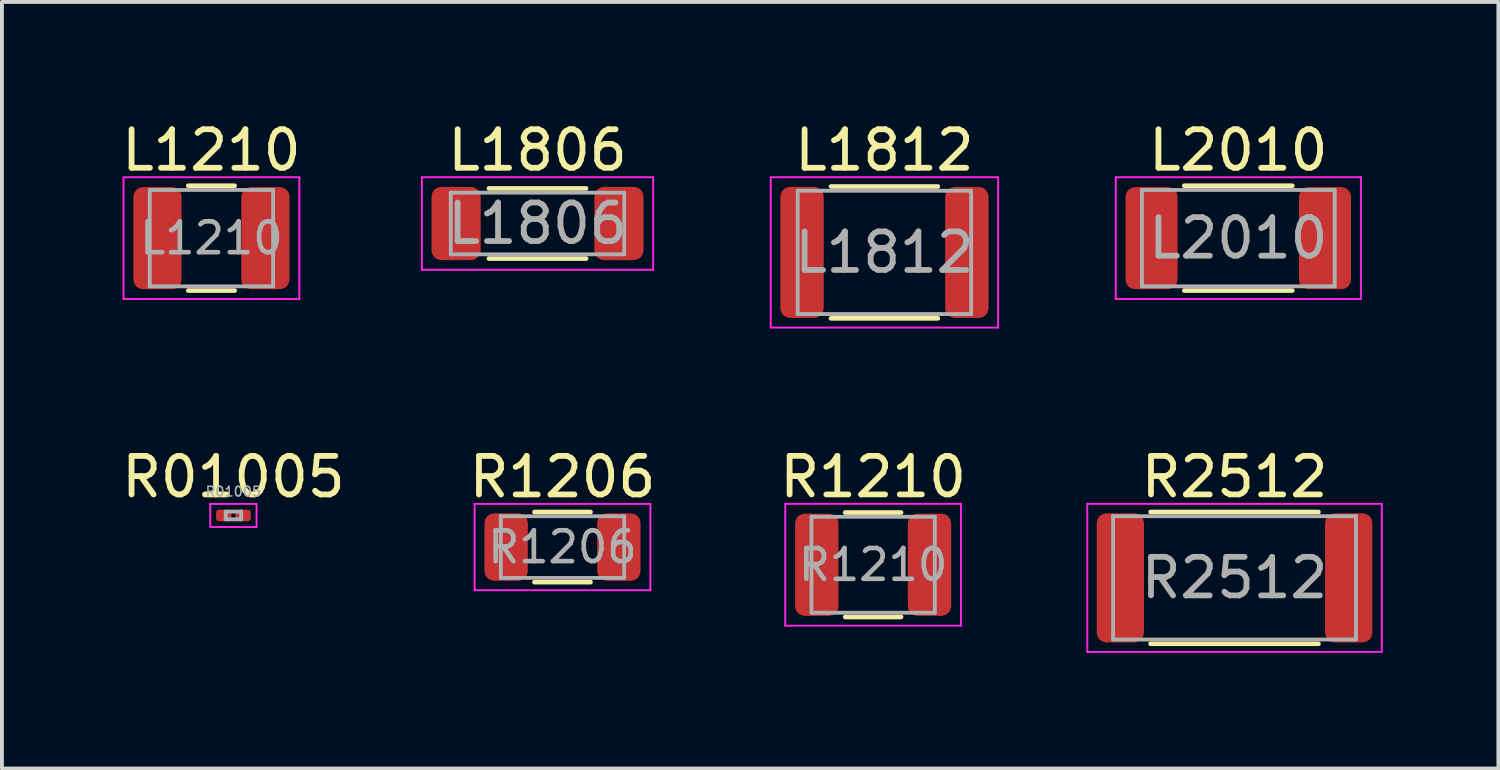
<source format=kicad_pcb>
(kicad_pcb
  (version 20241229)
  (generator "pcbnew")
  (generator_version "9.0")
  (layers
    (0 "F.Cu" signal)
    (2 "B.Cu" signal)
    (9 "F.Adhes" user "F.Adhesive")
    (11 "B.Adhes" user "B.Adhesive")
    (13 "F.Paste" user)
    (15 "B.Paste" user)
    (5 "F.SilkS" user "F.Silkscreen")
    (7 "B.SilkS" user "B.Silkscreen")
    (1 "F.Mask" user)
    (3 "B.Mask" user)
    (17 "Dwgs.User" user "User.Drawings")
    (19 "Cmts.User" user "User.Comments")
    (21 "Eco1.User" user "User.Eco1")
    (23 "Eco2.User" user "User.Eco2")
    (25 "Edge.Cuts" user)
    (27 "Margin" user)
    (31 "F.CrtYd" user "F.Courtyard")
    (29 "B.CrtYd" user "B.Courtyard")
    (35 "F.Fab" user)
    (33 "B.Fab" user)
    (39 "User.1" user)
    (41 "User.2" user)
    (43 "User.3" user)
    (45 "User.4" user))
  (footprint "R2512"
    (layer "F.Cu")
    (at 28.976 11.941)
    (property "Reference" "R2512" (at 0 -2.62 0) (layer "F.SilkS") (effects (font (size 1 1) (thickness 0.15))))
    (attr smd)
    (fp_line (start -2.177 -1.71) (end 2.177 -1.71) (stroke (width 0.12) (type solid)) (layer "F.SilkS"))
    (fp_line (start -2.177 1.71) (end 2.177 1.71) (stroke (width 0.12) (type solid)) (layer "F.SilkS"))
    (fp_line (start -3.82 -1.92) (end 3.82 -1.92) (stroke (width 0.05) (type solid)) (layer "F.CrtYd"))
    (fp_line (start -3.82 1.92) (end -3.82 -1.92) (stroke (width 0.05) (type solid)) (layer "F.CrtYd"))
    (fp_line (start 3.82 -1.92) (end 3.82 1.92) (stroke (width 0.05) (type solid)) (layer "F.CrtYd"))
    (fp_line (start 3.82 1.92) (end -3.82 1.92) (stroke (width 0.05) (type solid)) (layer "F.CrtYd"))
    (fp_line (start -3.15 -1.6) (end 3.15 -1.6) (stroke (width 0.1) (type solid)) (layer "F.Fab"))
    (fp_line (start -3.15 1.6) (end -3.15 -1.6) (stroke (width 0.1) (type solid)) (layer "F.Fab"))
    (fp_line (start 3.15 -1.6) (end 3.15 1.6) (stroke (width 0.1) (type solid)) (layer "F.Fab"))
    (fp_line (start 3.15 1.6) (end -3.15 1.6) (stroke (width 0.1) (type solid)) (layer "F.Fab"))
    (fp_text user "${REFERENCE}" (at 0 0 0) (layer "F.Fab") (effects (font (size 1 1) (thickness 0.15))))
    (pad "1" smd roundrect (at -2.962 0) (size 1.225 3.35) (layers "F.Cu" "F.Mask" "F.Paste") (roundrect_rratio 0.204))
    (pad "2" smd roundrect (at 2.962 0) (size 1.225 3.35) (layers "F.Cu" "F.Mask" "F.Paste") (roundrect_rratio 0.204)))
  (footprint "R01005"
    (layer "F.Cu")
    (at 3.006 10.322)
    (property "Reference" "R01005" (at 0 -1 0) (layer "F.SilkS") (effects (font (size 1 1) (thickness 0.15))))
    (attr smd)
    (fp_line (start -0.6 -0.3) (end 0.6 -0.3) (stroke (width 0.05) (type solid)) (layer "F.CrtYd"))
    (fp_line (start -0.6 0.3) (end -0.6 -0.3) (stroke (width 0.05) (type solid)) (layer "F.CrtYd"))
    (fp_line (start 0.6 -0.3) (end 0.6 0.3) (stroke (width 0.05) (type solid)) (layer "F.CrtYd"))
    (fp_line (start 0.6 0.3) (end -0.6 0.3) (stroke (width 0.05) (type solid)) (layer "F.CrtYd"))
    (fp_line (start -0.2 -0.1) (end 0.2 -0.1) (stroke (width 0.1) (type solid)) (layer "F.Fab"))
    (fp_line (start -0.2 0.1) (end -0.2 -0.1) (stroke (width 0.1) (type solid)) (layer "F.Fab"))
    (fp_line (start 0.2 -0.1) (end 0.2 0.1) (stroke (width 0.1) (type solid)) (layer "F.Fab"))
    (fp_line (start 0.2 0.1) (end -0.2 0.1) (stroke (width 0.1) (type solid)) (layer "F.Fab"))
    (fp_text user "${REFERENCE}" (at 0 -0.62 0) (layer "F.Fab") (effects (font (size 0.25 0.25) (thickness 0.04))))
    (pad "" smd roundrect (at -0.275 0) (size 0.27 0.27) (layers "F.Paste") (roundrect_rratio 0.25))
    (pad "" smd roundrect (at 0.275 0) (size 0.27 0.27) (layers "F.Paste") (roundrect_rratio 0.25))
    (pad "1" smd roundrect (at -0.25 0) (size 0.4 0.3) (layers "F.Cu" "F.Mask") (roundrect_rratio 0.25))
    (pad "2" smd roundrect (at 0.25 0) (size 0.4 0.3) (layers "F.Cu" "F.Mask") (roundrect_rratio 0.25)))
  (footprint "L1806"
    (layer "F.Cu")
    (at 10.894 2.748)
    (property "Reference" "L1806" (at 0 -1.9 0) (layer "F.SilkS") (effects (font (size 1 1) (thickness 0.15))))
    (attr smd)
    (fp_line (start -1.26 -0.91) (end 1.26 -0.91) (stroke (width 0.12) (type solid)) (layer "F.SilkS"))
    (fp_line (start -1.26 0.91) (end 1.26 0.91) (stroke (width 0.12) (type solid)) (layer "F.SilkS"))
    (fp_line (start -3 -1.2) (end 3 -1.2) (stroke (width 0.05) (type solid)) (layer "F.CrtYd"))
    (fp_line (start -3 1.2) (end -3 -1.2) (stroke (width 0.05) (type solid)) (layer "F.CrtYd"))
    (fp_line (start 3 -1.2) (end 3 1.2) (stroke (width 0.05) (type solid)) (layer "F.CrtYd"))
    (fp_line (start 3 1.2) (end -3 1.2) (stroke (width 0.05) (type solid)) (layer "F.CrtYd"))
    (fp_line (start -2.25 -0.8) (end 2.25 -0.8) (stroke (width 0.1) (type solid)) (layer "F.Fab"))
    (fp_line (start -2.25 0.8) (end -2.25 -0.8) (stroke (width 0.1) (type solid)) (layer "F.Fab"))
    (fp_line (start 2.25 -0.8) (end 2.25 0.8) (stroke (width 0.1) (type solid)) (layer "F.Fab"))
    (fp_line (start 2.25 0.8) (end -2.25 0.8) (stroke (width 0.1) (type solid)) (layer "F.Fab"))
    (fp_text user "${REFERENCE}" (at 0 0 0) (layer "F.Fab") (effects (font (size 1 1) (thickness 0.15))))
    (pad "1" smd roundrect (at -2.112 0) (size 1.275 1.9) (layers "F.Cu" "F.Mask" "F.Paste") (roundrect_rratio 0.196))
    (pad "2" smd roundrect (at 2.112 0) (size 1.275 1.9) (layers "F.Cu" "F.Mask" "F.Paste") (roundrect_rratio 0.196)))
  (footprint "L1812"
    (layer "F.Cu")
    (at 19.894 3.498)
    (property "Reference" "L1812" (at 0 -2.65 0) (layer "F.SilkS") (effects (font (size 1 1) (thickness 0.15))))
    (attr smd)
    (fp_line (start -1.386 -1.71) (end 1.386 -1.71) (stroke (width 0.12) (type solid)) (layer "F.SilkS"))
    (fp_line (start -1.386 1.71) (end 1.386 1.71) (stroke (width 0.12) (type solid)) (layer "F.SilkS"))
    (fp_line (start -2.95 -1.95) (end 2.95 -1.95) (stroke (width 0.05) (type solid)) (layer "F.CrtYd"))
    (fp_line (start -2.95 1.95) (end -2.95 -1.95) (stroke (width 0.05) (type solid)) (layer "F.CrtYd"))
    (fp_line (start 2.95 -1.95) (end 2.95 1.95) (stroke (width 0.05) (type solid)) (layer "F.CrtYd"))
    (fp_line (start 2.95 1.95) (end -2.95 1.95) (stroke (width 0.05) (type solid)) (layer "F.CrtYd"))
    (fp_line (start -2.25 -1.6) (end 2.25 -1.6) (stroke (width 0.1) (type solid)) (layer "F.Fab"))
    (fp_line (start -2.25 1.6) (end -2.25 -1.6) (stroke (width 0.1) (type solid)) (layer "F.Fab"))
    (fp_line (start 2.25 -1.6) (end 2.25 1.6) (stroke (width 0.1) (type solid)) (layer "F.Fab"))
    (fp_line (start 2.25 1.6) (end -2.25 1.6) (stroke (width 0.1) (type solid)) (layer "F.Fab"))
    (fp_text user "${REFERENCE}" (at 0 0 0) (layer "F.Fab") (effects (font (size 1 1) (thickness 0.15))))
    (pad "1" smd roundrect (at -2.138 0) (size 1.125 3.4) (layers "F.Cu" "F.Mask" "F.Paste") (roundrect_rratio 0.222))
    (pad "2" smd roundrect (at 2.138 0) (size 1.125 3.4) (layers "F.Cu" "F.Mask" "F.Paste") (roundrect_rratio 0.222)))
  (footprint "L1210"
    (layer "F.Cu")
    (at 2.435 3.128)
    (property "Reference" "L1210" (at 0 -2.28 0) (layer "F.SilkS") (effects (font (size 1 1) (thickness 0.15))))
    (attr smd)
    (fp_line (start -0.602 -1.36) (end 0.602 -1.36) (stroke (width 0.12) (type solid)) (layer "F.SilkS"))
    (fp_line (start -0.602 1.36) (end 0.602 1.36) (stroke (width 0.12) (type solid)) (layer "F.SilkS"))
    (fp_line (start -2.28 -1.58) (end 2.28 -1.58) (stroke (width 0.05) (type solid)) (layer "F.CrtYd"))
    (fp_line (start -2.28 1.58) (end -2.28 -1.58) (stroke (width 0.05) (type solid)) (layer "F.CrtYd"))
    (fp_line (start 2.28 -1.58) (end 2.28 1.58) (stroke (width 0.05) (type solid)) (layer "F.CrtYd"))
    (fp_line (start 2.28 1.58) (end -2.28 1.58) (stroke (width 0.05) (type solid)) (layer "F.CrtYd"))
    (fp_line (start -1.6 -1.25) (end 1.6 -1.25) (stroke (width 0.1) (type solid)) (layer "F.Fab"))
    (fp_line (start -1.6 1.25) (end -1.6 -1.25) (stroke (width 0.1) (type solid)) (layer "F.Fab"))
    (fp_line (start 1.6 -1.25) (end 1.6 1.25) (stroke (width 0.1) (type solid)) (layer "F.Fab"))
    (fp_line (start 1.6 1.25) (end -1.6 1.25) (stroke (width 0.1) (type solid)) (layer "F.Fab"))
    (fp_text user "${REFERENCE}" (at 0 0 0) (layer "F.Fab") (effects (font (size 0.8 0.8) (thickness 0.12))))
    (pad "1" smd roundrect (at -1.4 0) (size 1.25 2.65) (layers "F.Cu" "F.Mask" "F.Paste") (roundrect_rratio 0.2))
    (pad "2" smd roundrect (at 1.4 0) (size 1.25 2.65) (layers "F.Cu" "F.Mask" "F.Paste") (roundrect_rratio 0.2)))
  (footprint "R1210"
    (layer "F.Cu")
    (at 19.601 11.601)
    (property "Reference" "R1210" (at 0 -2.28 0) (layer "F.SilkS") (effects (font (size 1 1) (thickness 0.15))))
    (attr smd)
    (fp_line (start -0.724 -1.355) (end 0.724 -1.355) (stroke (width 0.12) (type solid)) (layer "F.SilkS"))
    (fp_line (start -0.724 1.355) (end 0.724 1.355) (stroke (width 0.12) (type solid)) (layer "F.SilkS"))
    (fp_line (start -2.28 -1.58) (end 2.28 -1.58) (stroke (width 0.05) (type solid)) (layer "F.CrtYd"))
    (fp_line (start -2.28 1.58) (end -2.28 -1.58) (stroke (width 0.05) (type solid)) (layer "F.CrtYd"))
    (fp_line (start 2.28 -1.58) (end 2.28 1.58) (stroke (width 0.05) (type solid)) (layer "F.CrtYd"))
    (fp_line (start 2.28 1.58) (end -2.28 1.58) (stroke (width 0.05) (type solid)) (layer "F.CrtYd"))
    (fp_line (start -1.6 -1.245) (end 1.6 -1.245) (stroke (width 0.1) (type solid)) (layer "F.Fab"))
    (fp_line (start -1.6 1.245) (end -1.6 -1.245) (stroke (width 0.1) (type solid)) (layer "F.Fab"))
    (fp_line (start 1.6 -1.245) (end 1.6 1.245) (stroke (width 0.1) (type solid)) (layer "F.Fab"))
    (fp_line (start 1.6 1.245) (end -1.6 1.245) (stroke (width 0.1) (type solid)) (layer "F.Fab"))
    (fp_text user "${REFERENCE}" (at 0 0 0) (layer "F.Fab") (effects (font (size 0.8 0.8) (thickness 0.12))))
    (pad "1" smd roundrect (at -1.462 0) (size 1.125 2.65) (layers "F.Cu" "F.Mask" "F.Paste") (roundrect_rratio 0.222))
    (pad "2" smd roundrect (at 1.462 0) (size 1.125 2.65) (layers "F.Cu" "F.Mask" "F.Paste") (roundrect_rratio 0.222)))
  (footprint "L2010"
    (layer "F.Cu")
    (at 29.074 3.128)
    (property "Reference" "L2010" (at 0 -2.28 0) (layer "F.SilkS") (effects (font (size 1 1) (thickness 0.15))))
    (attr smd)
    (fp_line (start -1.402 -1.36) (end 1.402 -1.36) (stroke (width 0.12) (type solid)) (layer "F.SilkS"))
    (fp_line (start -1.402 1.36) (end 1.402 1.36) (stroke (width 0.12) (type solid)) (layer "F.SilkS"))
    (fp_line (start -3.18 -1.58) (end 3.18 -1.58) (stroke (width 0.05) (type solid)) (layer "F.CrtYd"))
    (fp_line (start -3.18 1.58) (end -3.18 -1.58) (stroke (width 0.05) (type solid)) (layer "F.CrtYd"))
    (fp_line (start 3.18 -1.58) (end 3.18 1.58) (stroke (width 0.05) (type solid)) (layer "F.CrtYd"))
    (fp_line (start 3.18 1.58) (end -3.18 1.58) (stroke (width 0.05) (type solid)) (layer "F.CrtYd"))
    (fp_line (start -2.5 -1.25) (end 2.5 -1.25) (stroke (width 0.1) (type solid)) (layer "F.Fab"))
    (fp_line (start -2.5 1.25) (end -2.5 -1.25) (stroke (width 0.1) (type solid)) (layer "F.Fab"))
    (fp_line (start 2.5 -1.25) (end 2.5 1.25) (stroke (width 0.1) (type solid)) (layer "F.Fab"))
    (fp_line (start 2.5 1.25) (end -2.5 1.25) (stroke (width 0.1) (type solid)) (layer "F.Fab"))
    (fp_text user "${REFERENCE}" (at 0 0 0) (layer "F.Fab") (effects (font (size 1 1) (thickness 0.15))))
    (pad "1" smd roundrect (at -2.25 0) (size 1.35 2.65) (layers "F.Cu" "F.Mask" "F.Paste") (roundrect_rratio 0.185))
    (pad "2" smd roundrect (at 2.25 0) (size 1.35 2.65) (layers "F.Cu" "F.Mask" "F.Paste") (roundrect_rratio 0.185)))
  (footprint "R1206"
    (layer "F.Cu")
    (at 11.542 11.142)
    (property "Reference" "R1206" (at 0 -1.82 0) (layer "F.SilkS") (effects (font (size 1 1) (thickness 0.15))))
    (attr smd)
    (fp_line (start -0.727 -0.91) (end 0.727 -0.91) (stroke (width 0.12) (type solid)) (layer "F.SilkS"))
    (fp_line (start -0.727 0.91) (end 0.727 0.91) (stroke (width 0.12) (type solid)) (layer "F.SilkS"))
    (fp_line (start -2.28 -1.12) (end 2.28 -1.12) (stroke (width 0.05) (type solid)) (layer "F.CrtYd"))
    (fp_line (start -2.28 1.12) (end -2.28 -1.12) (stroke (width 0.05) (type solid)) (layer "F.CrtYd"))
    (fp_line (start 2.28 -1.12) (end 2.28 1.12) (stroke (width 0.05) (type solid)) (layer "F.CrtYd"))
    (fp_line (start 2.28 1.12) (end -2.28 1.12) (stroke (width 0.05) (type solid)) (layer "F.CrtYd"))
    (fp_line (start -1.6 -0.8) (end 1.6 -0.8) (stroke (width 0.1) (type solid)) (layer "F.Fab"))
    (fp_line (start -1.6 0.8) (end -1.6 -0.8) (stroke (width 0.1) (type solid)) (layer "F.Fab"))
    (fp_line (start 1.6 -0.8) (end 1.6 0.8) (stroke (width 0.1) (type solid)) (layer "F.Fab"))
    (fp_line (start 1.6 0.8) (end -1.6 0.8) (stroke (width 0.1) (type solid)) (layer "F.Fab"))
    (fp_text user "${REFERENCE}" (at 0 0 0) (layer "F.Fab") (effects (font (size 0.8 0.8) (thickness 0.12))))
    (pad "1" smd roundrect (at -1.462 0) (size 1.125 1.75) (layers "F.Cu" "F.Mask" "F.Paste") (roundrect_rratio 0.222))
    (pad "2" smd roundrect (at 1.462 0) (size 1.125 1.75) (layers "F.Cu" "F.Mask" "F.Paste") (roundrect_rratio 0.222)))
  (gr_rect
    (start -3 -3)
    (end 35.821 16.887)
    (stroke (width 0.1) (type default))
    (fill no)
    (layer "Edge.Cuts")))
</source>
